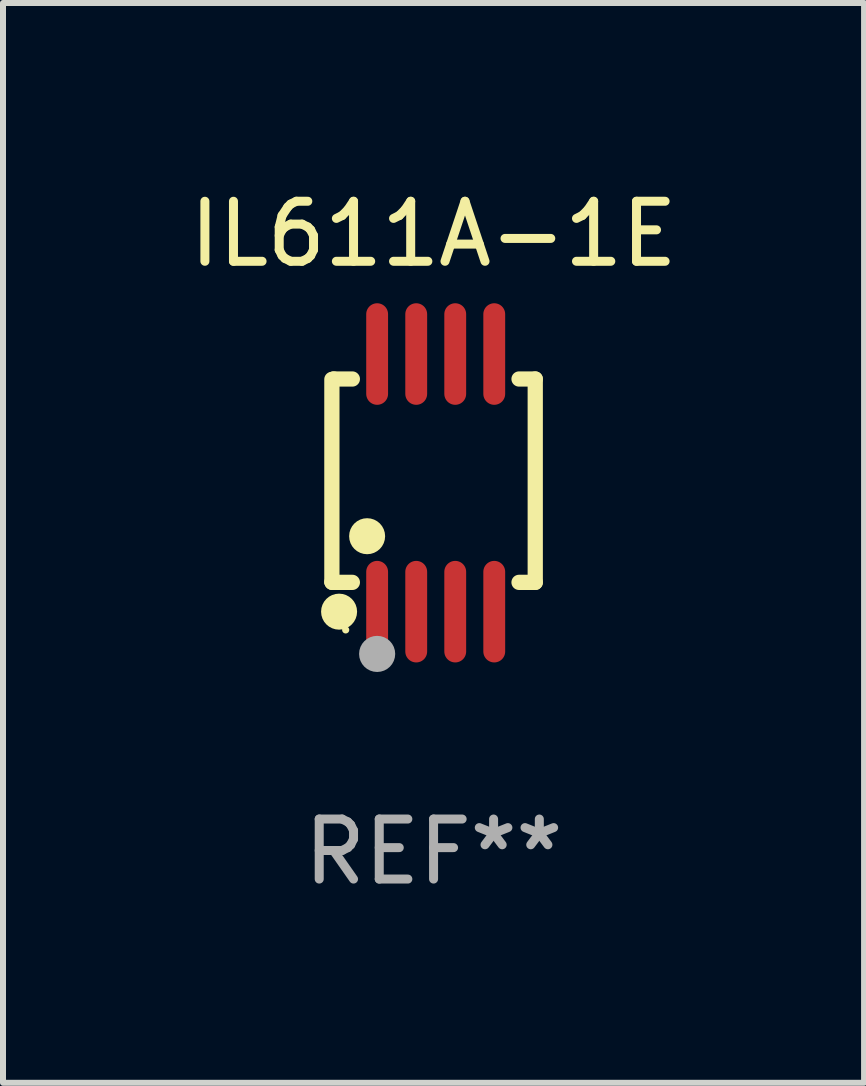
<source format=kicad_pcb>
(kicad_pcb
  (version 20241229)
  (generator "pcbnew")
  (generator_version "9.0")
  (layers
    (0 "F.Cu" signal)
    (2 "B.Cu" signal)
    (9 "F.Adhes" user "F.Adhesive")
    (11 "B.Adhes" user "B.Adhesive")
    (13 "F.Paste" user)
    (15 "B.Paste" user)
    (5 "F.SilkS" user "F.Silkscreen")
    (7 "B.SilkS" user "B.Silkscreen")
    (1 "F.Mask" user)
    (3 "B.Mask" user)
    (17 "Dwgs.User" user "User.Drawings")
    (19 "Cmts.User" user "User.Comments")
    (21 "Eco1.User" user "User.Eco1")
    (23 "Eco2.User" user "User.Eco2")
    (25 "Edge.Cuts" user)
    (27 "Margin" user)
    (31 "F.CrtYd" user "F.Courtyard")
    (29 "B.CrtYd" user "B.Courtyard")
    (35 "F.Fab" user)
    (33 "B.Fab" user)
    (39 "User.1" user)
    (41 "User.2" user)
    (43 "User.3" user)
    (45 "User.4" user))
  (footprint "IL611A-1E"
    (layer "F.Cu")
    (at 4.173 4.994)
    (property "Reference" "IL611A-1E" (at 0 -4.146 0) (layer "F.SilkS") (effects (font (size 1 1) (thickness 0.15))))
    (attr through_hole)
    (fp_line (start -1.694 -1.724) (end -1.694 1.652) (stroke (width 0.254) (type solid)) (layer "F.SilkS"))
    (fp_line (start -1.694 1.652) (end -1.688 1.658) (stroke (width 0.254) (type solid)) (layer "F.SilkS"))
    (fp_line (start -1.688 1.658) (end -1.353 1.658) (stroke (width 0.254) (type solid)) (layer "F.SilkS"))
    (fp_line (start -1.661 -1.73) (end -1.681 -1.71) (stroke (width 0.254) (type solid)) (layer "F.SilkS"))
    (fp_line (start -1.353 -1.73) (end -1.661 -1.73) (stroke (width 0.254) (type solid)) (layer "F.SilkS"))
    (fp_line (start 1.424 1.658) (end 1.694 1.658) (stroke (width 0.254) (type solid)) (layer "F.SilkS"))
    (fp_line (start 1.694 -1.73) (end 1.424 -1.73) (stroke (width 0.254) (type solid)) (layer "F.SilkS"))
    (fp_line (start 1.694 1.658) (end 1.694 -1.73) (stroke (width 0.254) (type solid)) (layer "F.SilkS"))
    (fp_circle (center -1.574 2.146) (end -1.424 2.146) (stroke (width 0.3) (type solid)) (fill no) (layer "F.SilkS"))
    (fp_circle (center -1.464 2.45) (end -1.434 2.45) (stroke (width 0.06) (type solid)) (fill no) (layer "F.SilkS"))
    (fp_circle (center -1.107 0.889) (end -0.957 0.889) (stroke (width 0.3) (type solid)) (fill no) (layer "F.SilkS"))
    (fp_circle (center -0.94 2.85) (end -0.789 2.85) (stroke (width 0.3) (type solid)) (fill no) (layer "F.Fab"))
    (fp_text user "REF**" (at 0 6.146 0) (layer "F.Fab") (effects (font (size 1 1) (thickness 0.15))))
    (pad "1" smd oval (at -0.94 2.146) (size 0.364 1.692) (layers "F.Cu" "F.Mask" "F.Paste"))
    (pad "2" smd oval (at -0.289 2.146) (size 0.364 1.692) (layers "F.Cu" "F.Mask" "F.Paste"))
    (pad "3" smd oval (at 0.361 2.146) (size 0.364 1.692) (layers "F.Cu" "F.Mask" "F.Paste"))
    (pad "4" smd oval (at 1.011 2.146) (size 0.364 1.692) (layers "F.Cu" "F.Mask" "F.Paste"))
    (pad "5" smd oval (at 1.011 -2.146) (size 0.364 1.692) (layers "F.Cu" "F.Mask" "F.Paste"))
    (pad "6" smd oval (at 0.361 -2.146) (size 0.364 1.692) (layers "F.Cu" "F.Mask" "F.Paste"))
    (pad "7" smd oval (at -0.289 -2.146) (size 0.364 1.692) (layers "F.Cu" "F.Mask" "F.Paste"))
    (pad "8" smd oval (at -0.94 -2.146) (size 0.364 1.692) (layers "F.Cu" "F.Mask" "F.Paste")))
  (gr_rect
    (start -3 -3)
    (end 11.345 14.989)
    (stroke (width 0.1) (type default))
    (fill no)
    (layer "Edge.Cuts")))
</source>
